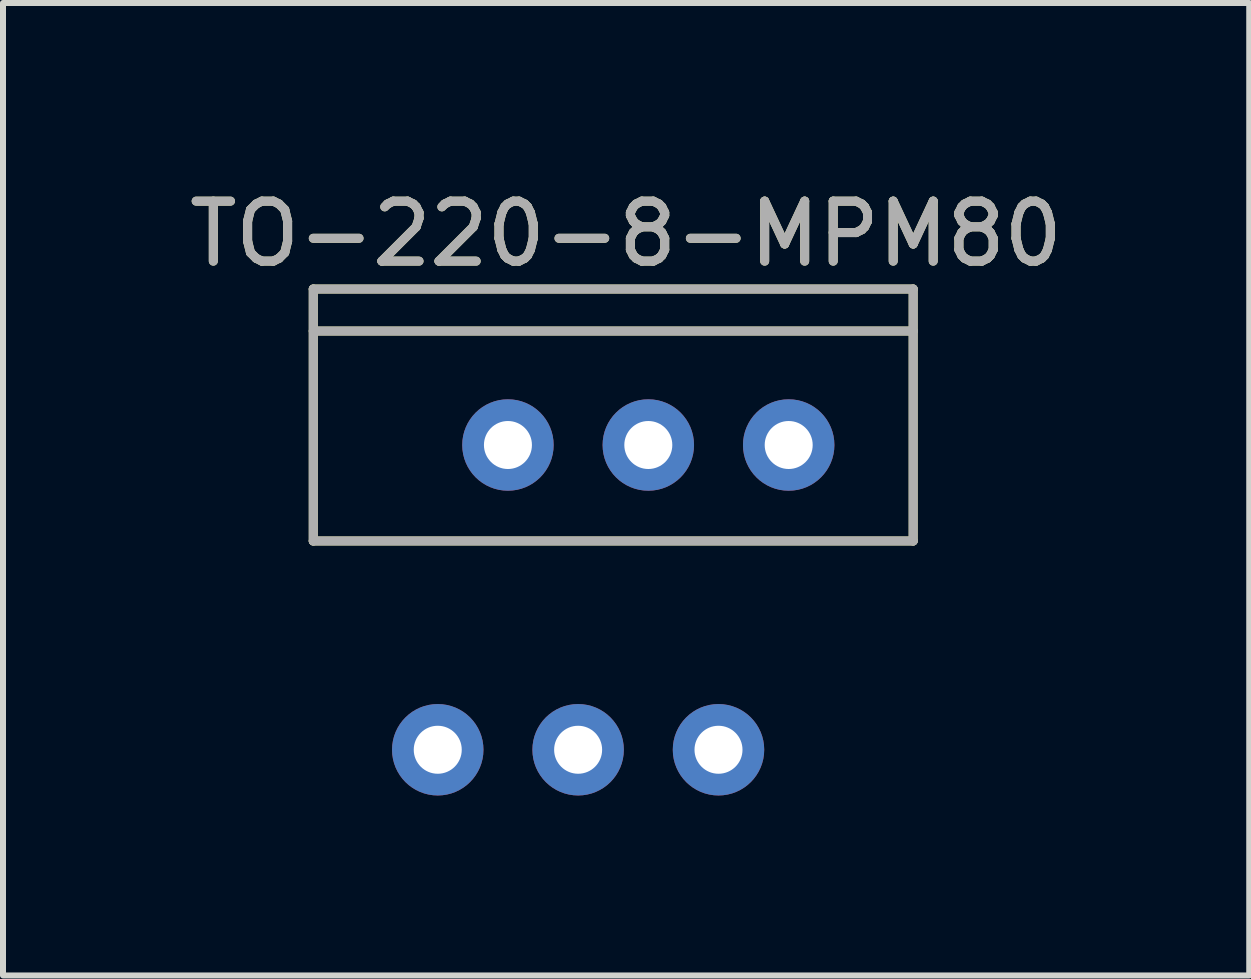
<source format=kicad_pcb>
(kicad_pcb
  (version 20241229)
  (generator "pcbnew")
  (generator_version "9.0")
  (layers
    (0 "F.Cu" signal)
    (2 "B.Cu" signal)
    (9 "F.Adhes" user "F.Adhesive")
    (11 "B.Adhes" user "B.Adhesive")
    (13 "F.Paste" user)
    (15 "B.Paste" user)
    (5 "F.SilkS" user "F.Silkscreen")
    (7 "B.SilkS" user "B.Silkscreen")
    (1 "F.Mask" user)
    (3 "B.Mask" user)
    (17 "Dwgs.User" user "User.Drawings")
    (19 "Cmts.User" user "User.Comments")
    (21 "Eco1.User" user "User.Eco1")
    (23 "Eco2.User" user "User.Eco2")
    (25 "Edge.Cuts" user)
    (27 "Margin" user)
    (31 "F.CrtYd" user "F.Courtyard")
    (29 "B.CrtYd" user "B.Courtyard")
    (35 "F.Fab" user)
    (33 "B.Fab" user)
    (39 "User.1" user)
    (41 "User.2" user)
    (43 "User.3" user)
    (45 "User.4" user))
  (footprint "TO-220-8-MPM80"
    (layer "F.Cu")
    (at 3.077 4.368)
    (property "Reference" "TO-220-8-MPM80" (at 4.31 -3.52 0) (layer "F.SilkS") (effects (font (size 1 1) (thickness 0.15))))
    (attr through_hole)
    (fp_line (start -0.905 -2.6) (end 9.095 -2.6) (stroke (width 0.15) (type solid)) (layer "F.SilkS"))
    (fp_line (start -0.905 -1.9) (end 9.095 -1.9) (stroke (width 0.15) (type solid)) (layer "F.SilkS"))
    (fp_line (start -0.905 1.6) (end -0.905 -2.6) (stroke (width 0.15) (type solid)) (layer "F.SilkS"))
    (fp_line (start 9.095 -2.6) (end 9.095 1.6) (stroke (width 0.15) (type solid)) (layer "F.SilkS"))
    (fp_line (start 9.095 1.6) (end -0.905 1.6) (stroke (width 0.15) (type solid)) (layer "F.SilkS"))
    (fp_line (start -0.905 -2.6) (end 9.095 -2.6) (stroke (width 0.15) (type solid)) (layer "F.Fab"))
    (fp_line (start -0.905 -1.9) (end 9.095 -1.9) (stroke (width 0.15) (type solid)) (layer "F.Fab"))
    (fp_line (start -0.905 1.6) (end -0.905 -2.6) (stroke (width 0.15) (type solid)) (layer "F.Fab"))
    (fp_line (start 9.095 -2.6) (end 9.095 1.6) (stroke (width 0.15) (type solid)) (layer "F.Fab"))
    (fp_line (start 9.095 1.6) (end -0.905 1.6) (stroke (width 0.15) (type solid)) (layer "F.Fab"))
    (fp_text user "${REFERENCE}" (at 4.31 -3.52 0) (layer "F.Fab") (effects (font (size 1 1) (thickness 0.15))))
    (pad "2" thru_hole circle (at 1.17 5.08) (size 1.524 1.524) (drill 0.8) (layers "*.Cu" "*.Mask"))
    (pad "3" thru_hole circle (at 2.34 0) (size 1.524 1.524) (drill 0.8) (layers "*.Cu" "*.Mask"))
    (pad "4" thru_hole circle (at 3.51 5.08) (size 1.524 1.524) (drill 0.8) (layers "*.Cu" "*.Mask"))
    (pad "5" thru_hole circle (at 4.68 0) (size 1.524 1.524) (drill 0.8) (layers "*.Cu" "*.Mask"))
    (pad "6" thru_hole circle (at 5.85 5.08) (size 1.524 1.524) (drill 0.8) (layers "*.Cu" "*.Mask"))
    (pad "7" thru_hole circle (at 7.02 0) (size 1.524 1.524) (drill 0.8) (layers "*.Cu" "*.Mask")))
  (gr_rect
    (start -3 -3)
    (end 17.774 13.21)
    (stroke (width 0.1) (type default))
    (fill no)
    (layer "Edge.Cuts")))
</source>
